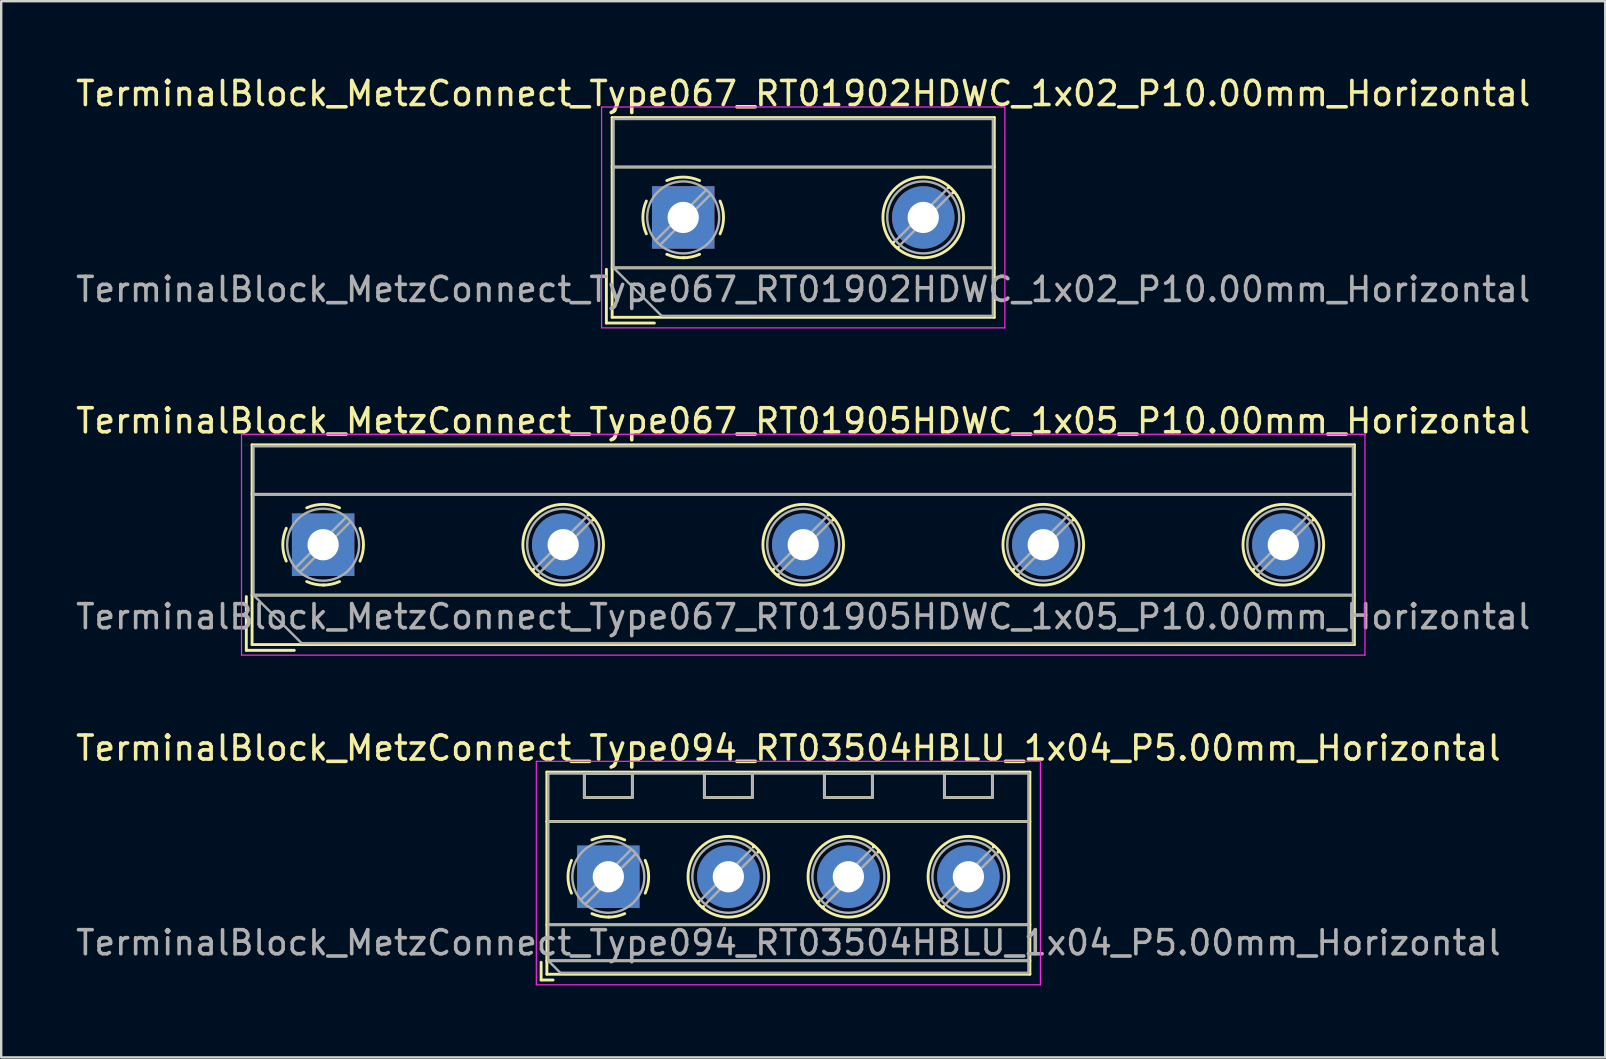
<source format=kicad_pcb>
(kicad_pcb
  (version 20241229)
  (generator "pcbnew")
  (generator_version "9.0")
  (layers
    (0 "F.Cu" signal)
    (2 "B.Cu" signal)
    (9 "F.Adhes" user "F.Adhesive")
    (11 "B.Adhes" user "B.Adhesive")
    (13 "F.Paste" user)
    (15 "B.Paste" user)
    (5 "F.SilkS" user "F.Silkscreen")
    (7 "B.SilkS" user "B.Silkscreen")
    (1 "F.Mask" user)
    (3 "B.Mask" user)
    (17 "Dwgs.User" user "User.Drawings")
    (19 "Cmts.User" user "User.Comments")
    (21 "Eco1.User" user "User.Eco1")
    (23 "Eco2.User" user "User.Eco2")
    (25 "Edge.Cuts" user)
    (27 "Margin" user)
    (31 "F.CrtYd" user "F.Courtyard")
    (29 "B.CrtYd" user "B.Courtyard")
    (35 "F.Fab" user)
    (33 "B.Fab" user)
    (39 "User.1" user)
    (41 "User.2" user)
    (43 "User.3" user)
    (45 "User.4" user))
  (footprint "TerminalBlock_MetzConnect_Type067_RT01905HDWC_1x05_P10.00mm_Horizontal"
    (layer "F.Cu")
    (at 10.411 19.642)
    (property "Reference" "TerminalBlock_MetzConnect_Type067_RT01905HDWC_1x05_P10.00mm_Horizontal" (at 20 -5.16 0) (layer "F.SilkS") (effects (font (size 1 1) (thickness 0.15))))
    (attr through_hole)
    (fp_line (start -3.2 2.16) (end -3.2 4.4) (stroke (width 0.12) (type solid)) (layer "F.SilkS"))
    (fp_line (start -3.2 4.4) (end -1.2 4.4) (stroke (width 0.12) (type solid)) (layer "F.SilkS"))
    (fp_line (start -2.96 -4.16) (end -2.96 4.16) (stroke (width 0.12) (type solid)) (layer "F.SilkS"))
    (fp_line (start -2.96 -4.16) (end 42.96 -4.16) (stroke (width 0.12) (type solid)) (layer "F.SilkS"))
    (fp_line (start -2.96 -2.1) (end 42.96 -2.1) (stroke (width 0.12) (type solid)) (layer "F.SilkS"))
    (fp_line (start -2.96 2.1) (end 42.96 2.1) (stroke (width 0.12) (type solid)) (layer "F.SilkS"))
    (fp_line (start -2.96 4.16) (end 42.96 4.16) (stroke (width 0.12) (type solid)) (layer "F.SilkS"))
    (fp_line (start 8.773 1.023) (end 8.726 1.069) (stroke (width 0.12) (type solid)) (layer "F.SilkS"))
    (fp_line (start 8.966 1.239) (end 8.931 1.274) (stroke (width 0.12) (type solid)) (layer "F.SilkS"))
    (fp_line (start 11.07 -1.275) (end 11.035 -1.239) (stroke (width 0.12) (type solid)) (layer "F.SilkS"))
    (fp_line (start 11.275 -1.069) (end 11.228 -1.023) (stroke (width 0.12) (type solid)) (layer "F.SilkS"))
    (fp_line (start 18.773 1.023) (end 18.726 1.069) (stroke (width 0.12) (type solid)) (layer "F.SilkS"))
    (fp_line (start 18.966 1.239) (end 18.931 1.274) (stroke (width 0.12) (type solid)) (layer "F.SilkS"))
    (fp_line (start 21.07 -1.275) (end 21.035 -1.239) (stroke (width 0.12) (type solid)) (layer "F.SilkS"))
    (fp_line (start 21.275 -1.069) (end 21.228 -1.023) (stroke (width 0.12) (type solid)) (layer "F.SilkS"))
    (fp_line (start 28.773 1.023) (end 28.726 1.069) (stroke (width 0.12) (type solid)) (layer "F.SilkS"))
    (fp_line (start 28.966 1.239) (end 28.931 1.274) (stroke (width 0.12) (type solid)) (layer "F.SilkS"))
    (fp_line (start 31.07 -1.275) (end 31.035 -1.239) (stroke (width 0.12) (type solid)) (layer "F.SilkS"))
    (fp_line (start 31.275 -1.069) (end 31.228 -1.023) (stroke (width 0.12) (type solid)) (layer "F.SilkS"))
    (fp_line (start 38.773 1.023) (end 38.726 1.069) (stroke (width 0.12) (type solid)) (layer "F.SilkS"))
    (fp_line (start 38.966 1.239) (end 38.931 1.274) (stroke (width 0.12) (type solid)) (layer "F.SilkS"))
    (fp_line (start 41.07 -1.275) (end 41.035 -1.239) (stroke (width 0.12) (type solid)) (layer "F.SilkS"))
    (fp_line (start 41.275 -1.069) (end 41.228 -1.023) (stroke (width 0.12) (type solid)) (layer "F.SilkS"))
    (fp_line (start 42.96 -4.16) (end 42.96 4.16) (stroke (width 0.12) (type solid)) (layer "F.SilkS"))
    (fp_arc (start -1.535427 0.683042) (mid -1.680501 -0.000524) (end -1.535 -0.684) (stroke (width 0.12) (type solid)) (layer "F.SilkS"))
    (fp_arc (start -0.683042 -1.535427) (mid 0.000524 -1.680501) (end 0.684 -1.535) (stroke (width 0.12) (type solid)) (layer "F.SilkS"))
    (fp_arc (start 0.028805 1.680253) (mid -0.335551 1.646659) (end -0.684 1.535) (stroke (width 0.12) (type solid)) (layer "F.SilkS"))
    (fp_arc (start 0.683318 1.534756) (mid 0.349292 1.643288) (end 0 1.68) (stroke (width 0.12) (type solid)) (layer "F.SilkS"))
    (fp_arc (start 1.535427 -0.683042) (mid 1.680501 0.000524) (end 1.535 0.684) (stroke (width 0.12) (type solid)) (layer "F.SilkS"))
    (fp_circle (center 10 0) (end 11.68 0) (stroke (width 0.12) (type solid)) (fill no) (layer "F.SilkS"))
    (fp_circle (center 20 0) (end 21.68 0) (stroke (width 0.12) (type solid)) (fill no) (layer "F.SilkS"))
    (fp_circle (center 30 0) (end 31.68 0) (stroke (width 0.12) (type solid)) (fill no) (layer "F.SilkS"))
    (fp_circle (center 40 0) (end 41.68 0) (stroke (width 0.12) (type solid)) (fill no) (layer "F.SilkS"))
    (fp_line (start -3.4 -4.6) (end -3.4 4.6) (stroke (width 0.05) (type solid)) (layer "F.CrtYd"))
    (fp_line (start -3.4 4.6) (end 43.4 4.6) (stroke (width 0.05) (type solid)) (layer "F.CrtYd"))
    (fp_line (start 43.4 -4.6) (end -3.4 -4.6) (stroke (width 0.05) (type solid)) (layer "F.CrtYd"))
    (fp_line (start 43.4 4.6) (end 43.4 -4.6) (stroke (width 0.05) (type solid)) (layer "F.CrtYd"))
    (fp_line (start -2.9 -4.1) (end 42.9 -4.1) (stroke (width 0.1) (type solid)) (layer "F.Fab"))
    (fp_line (start -2.9 -2.1) (end 42.9 -2.1) (stroke (width 0.1) (type solid)) (layer "F.Fab"))
    (fp_line (start -2.9 2.1) (end -2.9 -4.1) (stroke (width 0.1) (type solid)) (layer "F.Fab"))
    (fp_line (start -2.9 2.1) (end 42.9 2.1) (stroke (width 0.1) (type solid)) (layer "F.Fab"))
    (fp_line (start -0.9 4.1) (end -2.9 2.1) (stroke (width 0.1) (type solid)) (layer "F.Fab"))
    (fp_line (start 0.955 -1.138) (end -1.138 0.955) (stroke (width 0.1) (type solid)) (layer "F.Fab"))
    (fp_line (start 1.138 -0.955) (end -0.955 1.138) (stroke (width 0.1) (type solid)) (layer "F.Fab"))
    (fp_line (start 10.955 -1.138) (end 8.863 0.955) (stroke (width 0.1) (type solid)) (layer "F.Fab"))
    (fp_line (start 11.138 -0.955) (end 9.046 1.138) (stroke (width 0.1) (type solid)) (layer "F.Fab"))
    (fp_line (start 20.955 -1.138) (end 18.863 0.955) (stroke (width 0.1) (type solid)) (layer "F.Fab"))
    (fp_line (start 21.138 -0.955) (end 19.046 1.138) (stroke (width 0.1) (type solid)) (layer "F.Fab"))
    (fp_line (start 30.955 -1.138) (end 28.863 0.955) (stroke (width 0.1) (type solid)) (layer "F.Fab"))
    (fp_line (start 31.138 -0.955) (end 29.046 1.138) (stroke (width 0.1) (type solid)) (layer "F.Fab"))
    (fp_line (start 40.955 -1.138) (end 38.863 0.955) (stroke (width 0.1) (type solid)) (layer "F.Fab"))
    (fp_line (start 41.138 -0.955) (end 39.046 1.138) (stroke (width 0.1) (type solid)) (layer "F.Fab"))
    (fp_line (start 42.9 -4.1) (end 42.9 4.1) (stroke (width 0.1) (type solid)) (layer "F.Fab"))
    (fp_line (start 42.9 4.1) (end -0.9 4.1) (stroke (width 0.1) (type solid)) (layer "F.Fab"))
    (fp_circle (center 0 0) (end 1.5 0) (stroke (width 0.1) (type solid)) (fill no) (layer "F.Fab"))
    (fp_circle (center 10 0) (end 11.5 0) (stroke (width 0.1) (type solid)) (fill no) (layer "F.Fab"))
    (fp_circle (center 20 0) (end 21.5 0) (stroke (width 0.1) (type solid)) (fill no) (layer "F.Fab"))
    (fp_circle (center 30 0) (end 31.5 0) (stroke (width 0.1) (type solid)) (fill no) (layer "F.Fab"))
    (fp_circle (center 40 0) (end 41.5 0) (stroke (width 0.1) (type solid)) (fill no) (layer "F.Fab"))
    (fp_text user "${REFERENCE}" (at 20 3 0) (layer "F.Fab") (effects (font (size 1 1) (thickness 0.15))))
    (pad "1" thru_hole rect (at 0 0) (size 2.6 2.6) (drill 1.3) (layers "*.Cu" "*.Mask"))
    (pad "2" thru_hole circle (at 10 0) (size 2.6 2.6) (drill 1.3) (layers "*.Cu" "*.Mask"))
    (pad "3" thru_hole circle (at 20 0) (size 2.6 2.6) (drill 1.3) (layers "*.Cu" "*.Mask"))
    (pad "4" thru_hole circle (at 30 0) (size 2.6 2.6) (drill 1.3) (layers "*.Cu" "*.Mask"))
    (pad "5" thru_hole circle (at 40 0) (size 2.6 2.6) (drill 1.3) (layers "*.Cu" "*.Mask")))
  (footprint "TerminalBlock_MetzConnect_Type094_RT03504HBLU_1x04_P5.00mm_Horizontal"
    (layer "F.Cu")
    (at 22.292 33.475)
    (property "Reference" "TerminalBlock_MetzConnect_Type094_RT03504HBLU_1x04_P5.00mm_Horizontal" (at 7.5 -5.36 0) (layer "F.SilkS") (effects (font (size 1 1) (thickness 0.15))))
    (attr through_hole)
    (fp_line (start -2.8 3.56) (end -2.8 4.3) (stroke (width 0.12) (type solid)) (layer "F.SilkS"))
    (fp_line (start -2.8 4.3) (end -2.3 4.3) (stroke (width 0.12) (type solid)) (layer "F.SilkS"))
    (fp_line (start -2.56 -4.36) (end -2.56 4.06) (stroke (width 0.12) (type solid)) (layer "F.SilkS"))
    (fp_line (start -2.56 -4.36) (end 17.561 -4.36) (stroke (width 0.12) (type solid)) (layer "F.SilkS"))
    (fp_line (start -2.56 -2.301) (end 17.561 -2.301) (stroke (width 0.12) (type solid)) (layer "F.SilkS"))
    (fp_line (start -2.56 2) (end 17.561 2) (stroke (width 0.12) (type solid)) (layer "F.SilkS"))
    (fp_line (start -2.56 3.5) (end 17.561 3.5) (stroke (width 0.12) (type solid)) (layer "F.SilkS"))
    (fp_line (start -2.56 4.06) (end 17.561 4.06) (stroke (width 0.12) (type solid)) (layer "F.SilkS"))
    (fp_line (start -1 -4.3) (end -1 -3.3) (stroke (width 0.12) (type solid)) (layer "F.SilkS"))
    (fp_line (start -1 -4.3) (end 1 -4.3) (stroke (width 0.12) (type solid)) (layer "F.SilkS"))
    (fp_line (start -1 -3.3) (end 1 -3.3) (stroke (width 0.12) (type solid)) (layer "F.SilkS"))
    (fp_line (start 1 -4.3) (end 1 -3.3) (stroke (width 0.12) (type solid)) (layer "F.SilkS"))
    (fp_line (start 3.773 1.023) (end 3.726 1.069) (stroke (width 0.12) (type solid)) (layer "F.SilkS"))
    (fp_line (start 3.966 1.239) (end 3.931 1.274) (stroke (width 0.12) (type solid)) (layer "F.SilkS"))
    (fp_line (start 4 -4.3) (end 4 -3.3) (stroke (width 0.12) (type solid)) (layer "F.SilkS"))
    (fp_line (start 4 -4.3) (end 6 -4.3) (stroke (width 0.12) (type solid)) (layer "F.SilkS"))
    (fp_line (start 4 -3.3) (end 6 -3.3) (stroke (width 0.12) (type solid)) (layer "F.SilkS"))
    (fp_line (start 6 -4.3) (end 6 -3.3) (stroke (width 0.12) (type solid)) (layer "F.SilkS"))
    (fp_line (start 6.07 -1.275) (end 6.035 -1.239) (stroke (width 0.12) (type solid)) (layer "F.SilkS"))
    (fp_line (start 6.275 -1.069) (end 6.228 -1.023) (stroke (width 0.12) (type solid)) (layer "F.SilkS"))
    (fp_line (start 8.773 1.023) (end 8.726 1.069) (stroke (width 0.12) (type solid)) (layer "F.SilkS"))
    (fp_line (start 8.966 1.239) (end 8.931 1.274) (stroke (width 0.12) (type solid)) (layer "F.SilkS"))
    (fp_line (start 9 -4.3) (end 9 -3.3) (stroke (width 0.12) (type solid)) (layer "F.SilkS"))
    (fp_line (start 9 -4.3) (end 11 -4.3) (stroke (width 0.12) (type solid)) (layer "F.SilkS"))
    (fp_line (start 9 -3.3) (end 11 -3.3) (stroke (width 0.12) (type solid)) (layer "F.SilkS"))
    (fp_line (start 11 -4.3) (end 11 -3.3) (stroke (width 0.12) (type solid)) (layer "F.SilkS"))
    (fp_line (start 11.07 -1.275) (end 11.035 -1.239) (stroke (width 0.12) (type solid)) (layer "F.SilkS"))
    (fp_line (start 11.275 -1.069) (end 11.228 -1.023) (stroke (width 0.12) (type solid)) (layer "F.SilkS"))
    (fp_line (start 13.773 1.023) (end 13.726 1.069) (stroke (width 0.12) (type solid)) (layer "F.SilkS"))
    (fp_line (start 13.966 1.239) (end 13.931 1.274) (stroke (width 0.12) (type solid)) (layer "F.SilkS"))
    (fp_line (start 14 -4.3) (end 14 -3.3) (stroke (width 0.12) (type solid)) (layer "F.SilkS"))
    (fp_line (start 14 -4.3) (end 16 -4.3) (stroke (width 0.12) (type solid)) (layer "F.SilkS"))
    (fp_line (start 14 -3.3) (end 16 -3.3) (stroke (width 0.12) (type solid)) (layer "F.SilkS"))
    (fp_line (start 16 -4.3) (end 16 -3.3) (stroke (width 0.12) (type solid)) (layer "F.SilkS"))
    (fp_line (start 16.07 -1.275) (end 16.035 -1.239) (stroke (width 0.12) (type solid)) (layer "F.SilkS"))
    (fp_line (start 16.275 -1.069) (end 16.228 -1.023) (stroke (width 0.12) (type solid)) (layer "F.SilkS"))
    (fp_line (start 17.561 -4.36) (end 17.561 4.06) (stroke (width 0.12) (type solid)) (layer "F.SilkS"))
    (fp_arc (start -1.535427 0.683042) (mid -1.680501 -0.000524) (end -1.535 -0.684) (stroke (width 0.12) (type solid)) (layer "F.SilkS"))
    (fp_arc (start -0.683042 -1.535427) (mid 0.000524 -1.680501) (end 0.684 -1.535) (stroke (width 0.12) (type solid)) (layer "F.SilkS"))
    (fp_arc (start 0.028805 1.680253) (mid -0.335551 1.646659) (end -0.684 1.535) (stroke (width 0.12) (type solid)) (layer "F.SilkS"))
    (fp_arc (start 0.683318 1.534756) (mid 0.349292 1.643288) (end 0 1.68) (stroke (width 0.12) (type solid)) (layer "F.SilkS"))
    (fp_arc (start 1.535427 -0.683042) (mid 1.680501 0.000524) (end 1.535 0.684) (stroke (width 0.12) (type solid)) (layer "F.SilkS"))
    (fp_circle (center 5 0) (end 6.68 0) (stroke (width 0.12) (type solid)) (fill no) (layer "F.SilkS"))
    (fp_circle (center 10 0) (end 11.68 0) (stroke (width 0.12) (type solid)) (fill no) (layer "F.SilkS"))
    (fp_circle (center 15 0) (end 16.68 0) (stroke (width 0.12) (type solid)) (fill no) (layer "F.SilkS"))
    (fp_line (start -3 -4.81) (end -3 4.5) (stroke (width 0.05) (type solid)) (layer "F.CrtYd"))
    (fp_line (start -3 4.5) (end 18 4.5) (stroke (width 0.05) (type solid)) (layer "F.CrtYd"))
    (fp_line (start 18 -4.81) (end -3 -4.81) (stroke (width 0.05) (type solid)) (layer "F.CrtYd"))
    (fp_line (start 18 4.5) (end 18 -4.81) (stroke (width 0.05) (type solid)) (layer "F.CrtYd"))
    (fp_line (start -2.5 -4.3) (end 17.5 -4.3) (stroke (width 0.1) (type solid)) (layer "F.Fab"))
    (fp_line (start -2.5 -2.3) (end 17.5 -2.3) (stroke (width 0.1) (type solid)) (layer "F.Fab"))
    (fp_line (start -2.5 2) (end 17.5 2) (stroke (width 0.1) (type solid)) (layer "F.Fab"))
    (fp_line (start -2.5 3.5) (end -2.5 -4.3) (stroke (width 0.1) (type solid)) (layer "F.Fab"))
    (fp_line (start -2.5 3.5) (end 17.5 3.5) (stroke (width 0.1) (type solid)) (layer "F.Fab"))
    (fp_line (start -2 4) (end -2.5 3.5) (stroke (width 0.1) (type solid)) (layer "F.Fab"))
    (fp_line (start -1 -4.3) (end -1 -3.3) (stroke (width 0.1) (type solid)) (layer "F.Fab"))
    (fp_line (start -1 -3.3) (end 1 -3.3) (stroke (width 0.1) (type solid)) (layer "F.Fab"))
    (fp_line (start 0.955 -1.138) (end -1.138 0.955) (stroke (width 0.1) (type solid)) (layer "F.Fab"))
    (fp_line (start 1 -4.3) (end -1 -4.3) (stroke (width 0.1) (type solid)) (layer "F.Fab"))
    (fp_line (start 1 -3.3) (end 1 -4.3) (stroke (width 0.1) (type solid)) (layer "F.Fab"))
    (fp_line (start 1.138 -0.955) (end -0.955 1.138) (stroke (width 0.1) (type solid)) (layer "F.Fab"))
    (fp_line (start 4 -4.3) (end 4 -3.3) (stroke (width 0.1) (type solid)) (layer "F.Fab"))
    (fp_line (start 4 -3.3) (end 6 -3.3) (stroke (width 0.1) (type solid)) (layer "F.Fab"))
    (fp_line (start 5.955 -1.138) (end 3.863 0.955) (stroke (width 0.1) (type solid)) (layer "F.Fab"))
    (fp_line (start 6 -4.3) (end 4 -4.3) (stroke (width 0.1) (type solid)) (layer "F.Fab"))
    (fp_line (start 6 -3.3) (end 6 -4.3) (stroke (width 0.1) (type solid)) (layer "F.Fab"))
    (fp_line (start 6.138 -0.955) (end 4.046 1.138) (stroke (width 0.1) (type solid)) (layer "F.Fab"))
    (fp_line (start 9 -4.3) (end 9 -3.3) (stroke (width 0.1) (type solid)) (layer "F.Fab"))
    (fp_line (start 9 -3.3) (end 11 -3.3) (stroke (width 0.1) (type solid)) (layer "F.Fab"))
    (fp_line (start 10.955 -1.138) (end 8.863 0.955) (stroke (width 0.1) (type solid)) (layer "F.Fab"))
    (fp_line (start 11 -4.3) (end 9 -4.3) (stroke (width 0.1) (type solid)) (layer "F.Fab"))
    (fp_line (start 11 -3.3) (end 11 -4.3) (stroke (width 0.1) (type solid)) (layer "F.Fab"))
    (fp_line (start 11.138 -0.955) (end 9.046 1.138) (stroke (width 0.1) (type solid)) (layer "F.Fab"))
    (fp_line (start 14 -4.3) (end 14 -3.3) (stroke (width 0.1) (type solid)) (layer "F.Fab"))
    (fp_line (start 14 -3.3) (end 16 -3.3) (stroke (width 0.1) (type solid)) (layer "F.Fab"))
    (fp_line (start 15.955 -1.138) (end 13.863 0.955) (stroke (width 0.1) (type solid)) (layer "F.Fab"))
    (fp_line (start 16 -4.3) (end 14 -4.3) (stroke (width 0.1) (type solid)) (layer "F.Fab"))
    (fp_line (start 16 -3.3) (end 16 -4.3) (stroke (width 0.1) (type solid)) (layer "F.Fab"))
    (fp_line (start 16.138 -0.955) (end 14.046 1.138) (stroke (width 0.1) (type solid)) (layer "F.Fab"))
    (fp_line (start 17.5 -4.3) (end 17.5 4) (stroke (width 0.1) (type solid)) (layer "F.Fab"))
    (fp_line (start 17.5 4) (end -2 4) (stroke (width 0.1) (type solid)) (layer "F.Fab"))
    (fp_circle (center 0 0) (end 1.5 0) (stroke (width 0.1) (type solid)) (fill no) (layer "F.Fab"))
    (fp_circle (center 5 0) (end 6.5 0) (stroke (width 0.1) (type solid)) (fill no) (layer "F.Fab"))
    (fp_circle (center 10 0) (end 11.5 0) (stroke (width 0.1) (type solid)) (fill no) (layer "F.Fab"))
    (fp_circle (center 15 0) (end 16.5 0) (stroke (width 0.1) (type solid)) (fill no) (layer "F.Fab"))
    (fp_text user "${REFERENCE}" (at 7.5 2.75 0) (layer "F.Fab") (effects (font (size 1 1) (thickness 0.15))))
    (pad "1" thru_hole rect (at 0 0) (size 2.6 2.6) (drill 1.3) (layers "*.Cu" "*.Mask"))
    (pad "2" thru_hole circle (at 5 0) (size 2.6 2.6) (drill 1.3) (layers "*.Cu" "*.Mask"))
    (pad "3" thru_hole circle (at 10 0) (size 2.6 2.6) (drill 1.3) (layers "*.Cu" "*.Mask"))
    (pad "4" thru_hole circle (at 15 0) (size 2.6 2.6) (drill 1.3) (layers "*.Cu" "*.Mask")))
  (footprint "TerminalBlock_MetzConnect_Type067_RT01902HDWC_1x02_P10.00mm_Horizontal"
    (layer "F.Cu")
    (at 25.411 6.008)
    (property "Reference" "TerminalBlock_MetzConnect_Type067_RT01902HDWC_1x02_P10.00mm_Horizontal" (at 5 -5.16 0) (layer "F.SilkS") (effects (font (size 1 1) (thickness 0.15))))
    (attr through_hole)
    (fp_line (start -3.2 2.16) (end -3.2 4.4) (stroke (width 0.12) (type solid)) (layer "F.SilkS"))
    (fp_line (start -3.2 4.4) (end -1.2 4.4) (stroke (width 0.12) (type solid)) (layer "F.SilkS"))
    (fp_line (start -2.96 -4.16) (end -2.96 4.16) (stroke (width 0.12) (type solid)) (layer "F.SilkS"))
    (fp_line (start -2.96 -4.16) (end 12.96 -4.16) (stroke (width 0.12) (type solid)) (layer "F.SilkS"))
    (fp_line (start -2.96 -2.1) (end 12.96 -2.1) (stroke (width 0.12) (type solid)) (layer "F.SilkS"))
    (fp_line (start -2.96 2.1) (end 12.96 2.1) (stroke (width 0.12) (type solid)) (layer "F.SilkS"))
    (fp_line (start -2.96 4.16) (end 12.96 4.16) (stroke (width 0.12) (type solid)) (layer "F.SilkS"))
    (fp_line (start 8.773 1.023) (end 8.726 1.069) (stroke (width 0.12) (type solid)) (layer "F.SilkS"))
    (fp_line (start 8.966 1.239) (end 8.931 1.274) (stroke (width 0.12) (type solid)) (layer "F.SilkS"))
    (fp_line (start 11.07 -1.275) (end 11.035 -1.239) (stroke (width 0.12) (type solid)) (layer "F.SilkS"))
    (fp_line (start 11.275 -1.069) (end 11.228 -1.023) (stroke (width 0.12) (type solid)) (layer "F.SilkS"))
    (fp_line (start 12.96 -4.16) (end 12.96 4.16) (stroke (width 0.12) (type solid)) (layer "F.SilkS"))
    (fp_arc (start -1.535427 0.683042) (mid -1.680501 -0.000524) (end -1.535 -0.684) (stroke (width 0.12) (type solid)) (layer "F.SilkS"))
    (fp_arc (start -0.683042 -1.535427) (mid 0.000524 -1.680501) (end 0.684 -1.535) (stroke (width 0.12) (type solid)) (layer "F.SilkS"))
    (fp_arc (start 0.028805 1.680253) (mid -0.335551 1.646659) (end -0.684 1.535) (stroke (width 0.12) (type solid)) (layer "F.SilkS"))
    (fp_arc (start 0.683318 1.534756) (mid 0.349292 1.643288) (end 0 1.68) (stroke (width 0.12) (type solid)) (layer "F.SilkS"))
    (fp_arc (start 1.535427 -0.683042) (mid 1.680501 0.000524) (end 1.535 0.684) (stroke (width 0.12) (type solid)) (layer "F.SilkS"))
    (fp_circle (center 10 0) (end 11.68 0) (stroke (width 0.12) (type solid)) (fill no) (layer "F.SilkS"))
    (fp_line (start -3.4 -4.6) (end -3.4 4.6) (stroke (width 0.05) (type solid)) (layer "F.CrtYd"))
    (fp_line (start -3.4 4.6) (end 13.4 4.6) (stroke (width 0.05) (type solid)) (layer "F.CrtYd"))
    (fp_line (start 13.4 -4.6) (end -3.4 -4.6) (stroke (width 0.05) (type solid)) (layer "F.CrtYd"))
    (fp_line (start 13.4 4.6) (end 13.4 -4.6) (stroke (width 0.05) (type solid)) (layer "F.CrtYd"))
    (fp_line (start -2.9 -4.1) (end 12.9 -4.1) (stroke (width 0.1) (type solid)) (layer "F.Fab"))
    (fp_line (start -2.9 -2.1) (end 12.9 -2.1) (stroke (width 0.1) (type solid)) (layer "F.Fab"))
    (fp_line (start -2.9 2.1) (end -2.9 -4.1) (stroke (width 0.1) (type solid)) (layer "F.Fab"))
    (fp_line (start -2.9 2.1) (end 12.9 2.1) (stroke (width 0.1) (type solid)) (layer "F.Fab"))
    (fp_line (start -0.9 4.1) (end -2.9 2.1) (stroke (width 0.1) (type solid)) (layer "F.Fab"))
    (fp_line (start 0.955 -1.138) (end -1.138 0.955) (stroke (width 0.1) (type solid)) (layer "F.Fab"))
    (fp_line (start 1.138 -0.955) (end -0.955 1.138) (stroke (width 0.1) (type solid)) (layer "F.Fab"))
    (fp_line (start 10.955 -1.138) (end 8.863 0.955) (stroke (width 0.1) (type solid)) (layer "F.Fab"))
    (fp_line (start 11.138 -0.955) (end 9.046 1.138) (stroke (width 0.1) (type solid)) (layer "F.Fab"))
    (fp_line (start 12.9 -4.1) (end 12.9 4.1) (stroke (width 0.1) (type solid)) (layer "F.Fab"))
    (fp_line (start 12.9 4.1) (end -0.9 4.1) (stroke (width 0.1) (type solid)) (layer "F.Fab"))
    (fp_circle (center 0 0) (end 1.5 0) (stroke (width 0.1) (type solid)) (fill no) (layer "F.Fab"))
    (fp_circle (center 10 0) (end 11.5 0) (stroke (width 0.1) (type solid)) (fill no) (layer "F.Fab"))
    (fp_text user "${REFERENCE}" (at 5 3 0) (layer "F.Fab") (effects (font (size 1 1) (thickness 0.15))))
    (pad "1" thru_hole rect (at 0 0) (size 2.6 2.6) (drill 1.3) (layers "*.Cu" "*.Mask"))
    (pad "2" thru_hole circle (at 10 0) (size 2.6 2.6) (drill 1.3) (layers "*.Cu" "*.Mask")))
  (gr_rect
    (start -3 -3)
    (end 63.821 41)
    (stroke (width 0.1) (type default))
    (fill no)
    (layer "Edge.Cuts")))
</source>
